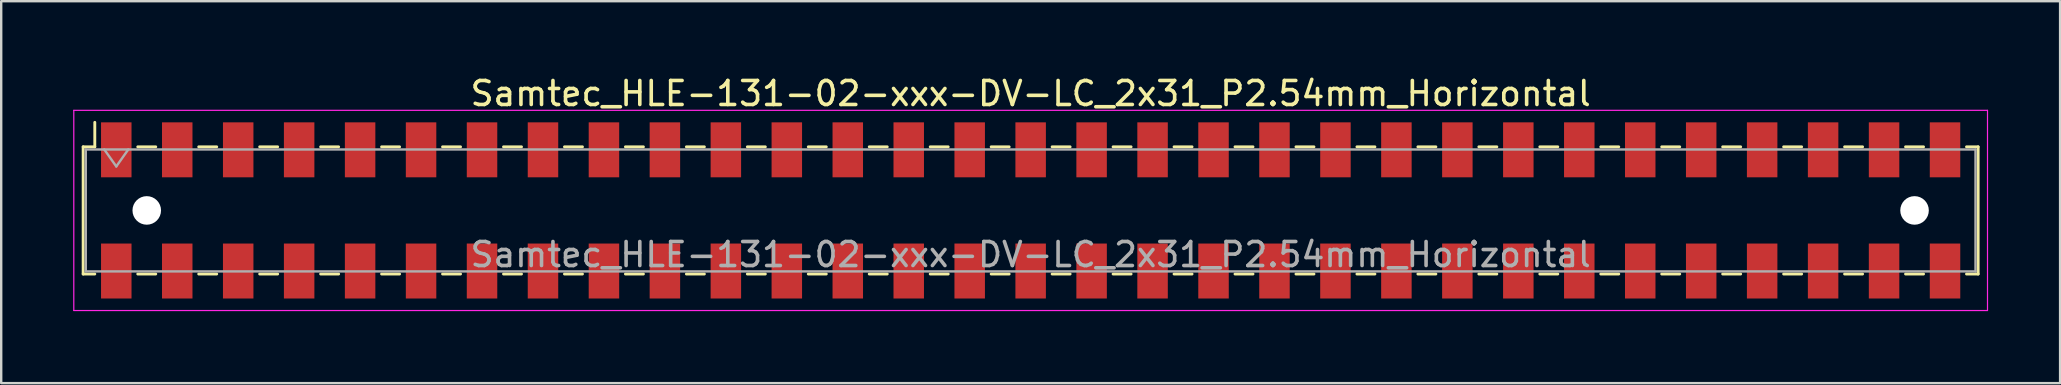
<source format=kicad_pcb>
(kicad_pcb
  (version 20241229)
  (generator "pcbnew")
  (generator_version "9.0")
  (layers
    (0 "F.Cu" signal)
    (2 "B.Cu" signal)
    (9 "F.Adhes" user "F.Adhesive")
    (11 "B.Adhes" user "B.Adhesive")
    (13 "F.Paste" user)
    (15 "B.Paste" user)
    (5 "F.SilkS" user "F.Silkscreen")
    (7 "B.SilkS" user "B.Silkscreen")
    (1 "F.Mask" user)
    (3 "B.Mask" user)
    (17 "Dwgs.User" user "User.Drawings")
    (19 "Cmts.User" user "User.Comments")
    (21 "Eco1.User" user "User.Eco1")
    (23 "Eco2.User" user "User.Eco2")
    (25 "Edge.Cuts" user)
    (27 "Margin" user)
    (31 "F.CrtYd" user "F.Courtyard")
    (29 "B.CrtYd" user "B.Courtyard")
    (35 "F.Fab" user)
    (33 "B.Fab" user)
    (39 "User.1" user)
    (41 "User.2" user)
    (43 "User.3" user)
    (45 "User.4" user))
  (footprint "Samtec_HLE-131-02-xxx-DV-LC_2x31_P2.54mm_Horizontal"
    (layer "F.Cu")
    (at 39.895 5.718)
    (property "Reference" "Samtec_HLE-131-02-xxx-DV-LC_2x31_P2.54mm_Horizontal" (at 0 -4.87 0) (layer "F.SilkS") (effects (font (size 1 1) (thickness 0.15))))
    (attr smd)
    (fp_line (start -39.48 -2.65) (end -39.48 2.65) (stroke (width 0.12) (type solid)) (layer "F.SilkS"))
    (fp_line (start -39.48 2.65) (end -38.995 2.65) (stroke (width 0.12) (type solid)) (layer "F.SilkS"))
    (fp_line (start -38.995 -3.67) (end -38.995 -2.65) (stroke (width 0.12) (type solid)) (layer "F.SilkS"))
    (fp_line (start -38.995 -2.65) (end -39.48 -2.65) (stroke (width 0.12) (type solid)) (layer "F.SilkS"))
    (fp_line (start -37.205 -2.65) (end -36.455 -2.65) (stroke (width 0.12) (type solid)) (layer "F.SilkS"))
    (fp_line (start -37.205 2.65) (end -36.455 2.65) (stroke (width 0.12) (type solid)) (layer "F.SilkS"))
    (fp_line (start -34.665 -2.65) (end -33.915 -2.65) (stroke (width 0.12) (type solid)) (layer "F.SilkS"))
    (fp_line (start -34.665 2.65) (end -33.915 2.65) (stroke (width 0.12) (type solid)) (layer "F.SilkS"))
    (fp_line (start -32.125 -2.65) (end -31.375 -2.65) (stroke (width 0.12) (type solid)) (layer "F.SilkS"))
    (fp_line (start -32.125 2.65) (end -31.375 2.65) (stroke (width 0.12) (type solid)) (layer "F.SilkS"))
    (fp_line (start -29.585 -2.65) (end -28.835 -2.65) (stroke (width 0.12) (type solid)) (layer "F.SilkS"))
    (fp_line (start -29.585 2.65) (end -28.835 2.65) (stroke (width 0.12) (type solid)) (layer "F.SilkS"))
    (fp_line (start -27.045 -2.65) (end -26.295 -2.65) (stroke (width 0.12) (type solid)) (layer "F.SilkS"))
    (fp_line (start -27.045 2.65) (end -26.295 2.65) (stroke (width 0.12) (type solid)) (layer "F.SilkS"))
    (fp_line (start -24.505 -2.65) (end -23.755 -2.65) (stroke (width 0.12) (type solid)) (layer "F.SilkS"))
    (fp_line (start -24.505 2.65) (end -23.755 2.65) (stroke (width 0.12) (type solid)) (layer "F.SilkS"))
    (fp_line (start -21.965 -2.65) (end -21.215 -2.65) (stroke (width 0.12) (type solid)) (layer "F.SilkS"))
    (fp_line (start -21.965 2.65) (end -21.215 2.65) (stroke (width 0.12) (type solid)) (layer "F.SilkS"))
    (fp_line (start -19.425 -2.65) (end -18.675 -2.65) (stroke (width 0.12) (type solid)) (layer "F.SilkS"))
    (fp_line (start -19.425 2.65) (end -18.675 2.65) (stroke (width 0.12) (type solid)) (layer "F.SilkS"))
    (fp_line (start -16.885 -2.65) (end -16.135 -2.65) (stroke (width 0.12) (type solid)) (layer "F.SilkS"))
    (fp_line (start -16.885 2.65) (end -16.135 2.65) (stroke (width 0.12) (type solid)) (layer "F.SilkS"))
    (fp_line (start -14.345 -2.65) (end -13.595 -2.65) (stroke (width 0.12) (type solid)) (layer "F.SilkS"))
    (fp_line (start -14.345 2.65) (end -13.595 2.65) (stroke (width 0.12) (type solid)) (layer "F.SilkS"))
    (fp_line (start -11.805 -2.65) (end -11.055 -2.65) (stroke (width 0.12) (type solid)) (layer "F.SilkS"))
    (fp_line (start -11.805 2.65) (end -11.055 2.65) (stroke (width 0.12) (type solid)) (layer "F.SilkS"))
    (fp_line (start -9.265 -2.65) (end -8.515 -2.65) (stroke (width 0.12) (type solid)) (layer "F.SilkS"))
    (fp_line (start -9.265 2.65) (end -8.515 2.65) (stroke (width 0.12) (type solid)) (layer "F.SilkS"))
    (fp_line (start -6.725 -2.65) (end -5.975 -2.65) (stroke (width 0.12) (type solid)) (layer "F.SilkS"))
    (fp_line (start -6.725 2.65) (end -5.975 2.65) (stroke (width 0.12) (type solid)) (layer "F.SilkS"))
    (fp_line (start -4.185 -2.65) (end -3.435 -2.65) (stroke (width 0.12) (type solid)) (layer "F.SilkS"))
    (fp_line (start -4.185 2.65) (end -3.435 2.65) (stroke (width 0.12) (type solid)) (layer "F.SilkS"))
    (fp_line (start -1.645 -2.65) (end -0.895 -2.65) (stroke (width 0.12) (type solid)) (layer "F.SilkS"))
    (fp_line (start -1.645 2.65) (end -0.895 2.65) (stroke (width 0.12) (type solid)) (layer "F.SilkS"))
    (fp_line (start 0.895 -2.65) (end 1.645 -2.65) (stroke (width 0.12) (type solid)) (layer "F.SilkS"))
    (fp_line (start 0.895 2.65) (end 1.645 2.65) (stroke (width 0.12) (type solid)) (layer "F.SilkS"))
    (fp_line (start 3.435 -2.65) (end 4.185 -2.65) (stroke (width 0.12) (type solid)) (layer "F.SilkS"))
    (fp_line (start 3.435 2.65) (end 4.185 2.65) (stroke (width 0.12) (type solid)) (layer "F.SilkS"))
    (fp_line (start 5.975 -2.65) (end 6.725 -2.65) (stroke (width 0.12) (type solid)) (layer "F.SilkS"))
    (fp_line (start 5.975 2.65) (end 6.725 2.65) (stroke (width 0.12) (type solid)) (layer "F.SilkS"))
    (fp_line (start 8.515 -2.65) (end 9.265 -2.65) (stroke (width 0.12) (type solid)) (layer "F.SilkS"))
    (fp_line (start 8.515 2.65) (end 9.265 2.65) (stroke (width 0.12) (type solid)) (layer "F.SilkS"))
    (fp_line (start 11.055 -2.65) (end 11.805 -2.65) (stroke (width 0.12) (type solid)) (layer "F.SilkS"))
    (fp_line (start 11.055 2.65) (end 11.805 2.65) (stroke (width 0.12) (type solid)) (layer "F.SilkS"))
    (fp_line (start 13.595 -2.65) (end 14.345 -2.65) (stroke (width 0.12) (type solid)) (layer "F.SilkS"))
    (fp_line (start 13.595 2.65) (end 14.345 2.65) (stroke (width 0.12) (type solid)) (layer "F.SilkS"))
    (fp_line (start 16.135 -2.65) (end 16.885 -2.65) (stroke (width 0.12) (type solid)) (layer "F.SilkS"))
    (fp_line (start 16.135 2.65) (end 16.885 2.65) (stroke (width 0.12) (type solid)) (layer "F.SilkS"))
    (fp_line (start 18.675 -2.65) (end 19.425 -2.65) (stroke (width 0.12) (type solid)) (layer "F.SilkS"))
    (fp_line (start 18.675 2.65) (end 19.425 2.65) (stroke (width 0.12) (type solid)) (layer "F.SilkS"))
    (fp_line (start 21.215 -2.65) (end 21.965 -2.65) (stroke (width 0.12) (type solid)) (layer "F.SilkS"))
    (fp_line (start 21.215 2.65) (end 21.965 2.65) (stroke (width 0.12) (type solid)) (layer "F.SilkS"))
    (fp_line (start 23.755 -2.65) (end 24.505 -2.65) (stroke (width 0.12) (type solid)) (layer "F.SilkS"))
    (fp_line (start 23.755 2.65) (end 24.505 2.65) (stroke (width 0.12) (type solid)) (layer "F.SilkS"))
    (fp_line (start 26.295 -2.65) (end 27.045 -2.65) (stroke (width 0.12) (type solid)) (layer "F.SilkS"))
    (fp_line (start 26.295 2.65) (end 27.045 2.65) (stroke (width 0.12) (type solid)) (layer "F.SilkS"))
    (fp_line (start 28.835 -2.65) (end 29.585 -2.65) (stroke (width 0.12) (type solid)) (layer "F.SilkS"))
    (fp_line (start 28.835 2.65) (end 29.585 2.65) (stroke (width 0.12) (type solid)) (layer "F.SilkS"))
    (fp_line (start 31.375 -2.65) (end 32.125 -2.65) (stroke (width 0.12) (type solid)) (layer "F.SilkS"))
    (fp_line (start 31.375 2.65) (end 32.125 2.65) (stroke (width 0.12) (type solid)) (layer "F.SilkS"))
    (fp_line (start 33.915 -2.65) (end 34.665 -2.65) (stroke (width 0.12) (type solid)) (layer "F.SilkS"))
    (fp_line (start 33.915 2.65) (end 34.665 2.65) (stroke (width 0.12) (type solid)) (layer "F.SilkS"))
    (fp_line (start 36.455 -2.65) (end 37.205 -2.65) (stroke (width 0.12) (type solid)) (layer "F.SilkS"))
    (fp_line (start 36.455 2.65) (end 37.205 2.65) (stroke (width 0.12) (type solid)) (layer "F.SilkS"))
    (fp_line (start 38.995 -2.65) (end 39.48 -2.65) (stroke (width 0.12) (type solid)) (layer "F.SilkS"))
    (fp_line (start 39.48 -2.65) (end 39.48 2.65) (stroke (width 0.12) (type solid)) (layer "F.SilkS"))
    (fp_line (start 39.48 2.65) (end 38.995 2.65) (stroke (width 0.12) (type solid)) (layer "F.SilkS"))
    (fp_line (start -39.87 -4.17) (end 39.87 -4.17) (stroke (width 0.05) (type solid)) (layer "F.CrtYd"))
    (fp_line (start -39.87 4.17) (end -39.87 -4.17) (stroke (width 0.05) (type solid)) (layer "F.CrtYd"))
    (fp_line (start 39.87 -4.17) (end 39.87 4.17) (stroke (width 0.05) (type solid)) (layer "F.CrtYd"))
    (fp_line (start 39.87 4.17) (end -39.87 4.17) (stroke (width 0.05) (type solid)) (layer "F.CrtYd"))
    (fp_line (start -39.37 -2.54) (end 39.37 -2.54) (stroke (width 0.1) (type solid)) (layer "F.Fab"))
    (fp_line (start -39.37 2.54) (end -39.37 -2.54) (stroke (width 0.1) (type solid)) (layer "F.Fab"))
    (fp_line (start -38.6 -2.54) (end -38.1 -1.833) (stroke (width 0.1) (type solid)) (layer "F.Fab"))
    (fp_line (start -38.1 -1.833) (end -37.6 -2.54) (stroke (width 0.1) (type solid)) (layer "F.Fab"))
    (fp_line (start 39.37 -2.54) (end 39.37 2.54) (stroke (width 0.1) (type solid)) (layer "F.Fab"))
    (fp_line (start 39.37 2.54) (end -39.37 2.54) (stroke (width 0.1) (type solid)) (layer "F.Fab"))
    (fp_text user "${REFERENCE}" (at 0 1.84 0) (layer "F.Fab") (effects (font (size 1 1) (thickness 0.15))))
    (pad "" np_thru_hole circle (at -36.83 0) (size 1.19 1.19) (drill 1.19) (layers "*.Cu" "*.Mask"))
    (pad "" np_thru_hole circle (at 36.83 0) (size 1.19 1.19) (drill 1.19) (layers "*.Cu" "*.Mask"))
    (pad "1" smd rect (at -38.1 -2.525) (size 1.27 2.29) (layers "F.Cu" "F.Mask" "F.Paste"))
    (pad "2" smd rect (at -38.1 2.525) (size 1.27 2.29) (layers "F.Cu" "F.Mask" "F.Paste"))
    (pad "3" smd rect (at -35.56 -2.525) (size 1.27 2.29) (layers "F.Cu" "F.Mask" "F.Paste"))
    (pad "4" smd rect (at -35.56 2.525) (size 1.27 2.29) (layers "F.Cu" "F.Mask" "F.Paste"))
    (pad "5" smd rect (at -33.02 -2.525) (size 1.27 2.29) (layers "F.Cu" "F.Mask" "F.Paste"))
    (pad "6" smd rect (at -33.02 2.525) (size 1.27 2.29) (layers "F.Cu" "F.Mask" "F.Paste"))
    (pad "7" smd rect (at -30.48 -2.525) (size 1.27 2.29) (layers "F.Cu" "F.Mask" "F.Paste"))
    (pad "8" smd rect (at -30.48 2.525) (size 1.27 2.29) (layers "F.Cu" "F.Mask" "F.Paste"))
    (pad "9" smd rect (at -27.94 -2.525) (size 1.27 2.29) (layers "F.Cu" "F.Mask" "F.Paste"))
    (pad "10" smd rect (at -27.94 2.525) (size 1.27 2.29) (layers "F.Cu" "F.Mask" "F.Paste"))
    (pad "11" smd rect (at -25.4 -2.525) (size 1.27 2.29) (layers "F.Cu" "F.Mask" "F.Paste"))
    (pad "12" smd rect (at -25.4 2.525) (size 1.27 2.29) (layers "F.Cu" "F.Mask" "F.Paste"))
    (pad "13" smd rect (at -22.86 -2.525) (size 1.27 2.29) (layers "F.Cu" "F.Mask" "F.Paste"))
    (pad "14" smd rect (at -22.86 2.525) (size 1.27 2.29) (layers "F.Cu" "F.Mask" "F.Paste"))
    (pad "15" smd rect (at -20.32 -2.525) (size 1.27 2.29) (layers "F.Cu" "F.Mask" "F.Paste"))
    (pad "16" smd rect (at -20.32 2.525) (size 1.27 2.29) (layers "F.Cu" "F.Mask" "F.Paste"))
    (pad "17" smd rect (at -17.78 -2.525) (size 1.27 2.29) (layers "F.Cu" "F.Mask" "F.Paste"))
    (pad "18" smd rect (at -17.78 2.525) (size 1.27 2.29) (layers "F.Cu" "F.Mask" "F.Paste"))
    (pad "19" smd rect (at -15.24 -2.525) (size 1.27 2.29) (layers "F.Cu" "F.Mask" "F.Paste"))
    (pad "20" smd rect (at -15.24 2.525) (size 1.27 2.29) (layers "F.Cu" "F.Mask" "F.Paste"))
    (pad "21" smd rect (at -12.7 -2.525) (size 1.27 2.29) (layers "F.Cu" "F.Mask" "F.Paste"))
    (pad "22" smd rect (at -12.7 2.525) (size 1.27 2.29) (layers "F.Cu" "F.Mask" "F.Paste"))
    (pad "23" smd rect (at -10.16 -2.525) (size 1.27 2.29) (layers "F.Cu" "F.Mask" "F.Paste"))
    (pad "24" smd rect (at -10.16 2.525) (size 1.27 2.29) (layers "F.Cu" "F.Mask" "F.Paste"))
    (pad "25" smd rect (at -7.62 -2.525) (size 1.27 2.29) (layers "F.Cu" "F.Mask" "F.Paste"))
    (pad "26" smd rect (at -7.62 2.525) (size 1.27 2.29) (layers "F.Cu" "F.Mask" "F.Paste"))
    (pad "27" smd rect (at -5.08 -2.525) (size 1.27 2.29) (layers "F.Cu" "F.Mask" "F.Paste"))
    (pad "28" smd rect (at -5.08 2.525) (size 1.27 2.29) (layers "F.Cu" "F.Mask" "F.Paste"))
    (pad "29" smd rect (at -2.54 -2.525) (size 1.27 2.29) (layers "F.Cu" "F.Mask" "F.Paste"))
    (pad "30" smd rect (at -2.54 2.525) (size 1.27 2.29) (layers "F.Cu" "F.Mask" "F.Paste"))
    (pad "31" smd rect (at 0 -2.525) (size 1.27 2.29) (layers "F.Cu" "F.Mask" "F.Paste"))
    (pad "32" smd rect (at 0 2.525) (size 1.27 2.29) (layers "F.Cu" "F.Mask" "F.Paste"))
    (pad "33" smd rect (at 2.54 -2.525) (size 1.27 2.29) (layers "F.Cu" "F.Mask" "F.Paste"))
    (pad "34" smd rect (at 2.54 2.525) (size 1.27 2.29) (layers "F.Cu" "F.Mask" "F.Paste"))
    (pad "35" smd rect (at 5.08 -2.525) (size 1.27 2.29) (layers "F.Cu" "F.Mask" "F.Paste"))
    (pad "36" smd rect (at 5.08 2.525) (size 1.27 2.29) (layers "F.Cu" "F.Mask" "F.Paste"))
    (pad "37" smd rect (at 7.62 -2.525) (size 1.27 2.29) (layers "F.Cu" "F.Mask" "F.Paste"))
    (pad "38" smd rect (at 7.62 2.525) (size 1.27 2.29) (layers "F.Cu" "F.Mask" "F.Paste"))
    (pad "39" smd rect (at 10.16 -2.525) (size 1.27 2.29) (layers "F.Cu" "F.Mask" "F.Paste"))
    (pad "40" smd rect (at 10.16 2.525) (size 1.27 2.29) (layers "F.Cu" "F.Mask" "F.Paste"))
    (pad "41" smd rect (at 12.7 -2.525) (size 1.27 2.29) (layers "F.Cu" "F.Mask" "F.Paste"))
    (pad "42" smd rect (at 12.7 2.525) (size 1.27 2.29) (layers "F.Cu" "F.Mask" "F.Paste"))
    (pad "43" smd rect (at 15.24 -2.525) (size 1.27 2.29) (layers "F.Cu" "F.Mask" "F.Paste"))
    (pad "44" smd rect (at 15.24 2.525) (size 1.27 2.29) (layers "F.Cu" "F.Mask" "F.Paste"))
    (pad "45" smd rect (at 17.78 -2.525) (size 1.27 2.29) (layers "F.Cu" "F.Mask" "F.Paste"))
    (pad "46" smd rect (at 17.78 2.525) (size 1.27 2.29) (layers "F.Cu" "F.Mask" "F.Paste"))
    (pad "47" smd rect (at 20.32 -2.525) (size 1.27 2.29) (layers "F.Cu" "F.Mask" "F.Paste"))
    (pad "48" smd rect (at 20.32 2.525) (size 1.27 2.29) (layers "F.Cu" "F.Mask" "F.Paste"))
    (pad "49" smd rect (at 22.86 -2.525) (size 1.27 2.29) (layers "F.Cu" "F.Mask" "F.Paste"))
    (pad "50" smd rect (at 22.86 2.525) (size 1.27 2.29) (layers "F.Cu" "F.Mask" "F.Paste"))
    (pad "51" smd rect (at 25.4 -2.525) (size 1.27 2.29) (layers "F.Cu" "F.Mask" "F.Paste"))
    (pad "52" smd rect (at 25.4 2.525) (size 1.27 2.29) (layers "F.Cu" "F.Mask" "F.Paste"))
    (pad "53" smd rect (at 27.94 -2.525) (size 1.27 2.29) (layers "F.Cu" "F.Mask" "F.Paste"))
    (pad "54" smd rect (at 27.94 2.525) (size 1.27 2.29) (layers "F.Cu" "F.Mask" "F.Paste"))
    (pad "55" smd rect (at 30.48 -2.525) (size 1.27 2.29) (layers "F.Cu" "F.Mask" "F.Paste"))
    (pad "56" smd rect (at 30.48 2.525) (size 1.27 2.29) (layers "F.Cu" "F.Mask" "F.Paste"))
    (pad "57" smd rect (at 33.02 -2.525) (size 1.27 2.29) (layers "F.Cu" "F.Mask" "F.Paste"))
    (pad "58" smd rect (at 33.02 2.525) (size 1.27 2.29) (layers "F.Cu" "F.Mask" "F.Paste"))
    (pad "59" smd rect (at 35.56 -2.525) (size 1.27 2.29) (layers "F.Cu" "F.Mask" "F.Paste"))
    (pad "60" smd rect (at 35.56 2.525) (size 1.27 2.29) (layers "F.Cu" "F.Mask" "F.Paste"))
    (pad "61" smd rect (at 38.1 -2.525) (size 1.27 2.29) (layers "F.Cu" "F.Mask" "F.Paste"))
    (pad "62" smd rect (at 38.1 2.525) (size 1.27 2.29) (layers "F.Cu" "F.Mask" "F.Paste")))
  (gr_rect
    (start -3 -3)
    (end 82.79 12.913)
    (stroke (width 0.1) (type default))
    (fill no)
    (layer "Edge.Cuts")))
</source>
